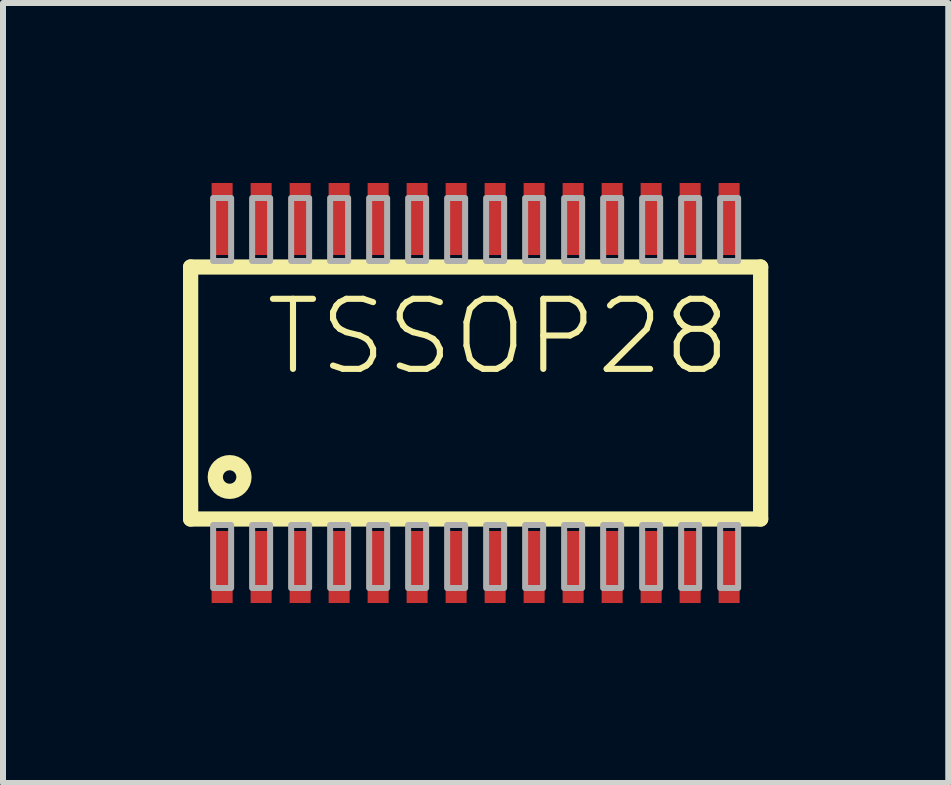
<source format=kicad_pcb>
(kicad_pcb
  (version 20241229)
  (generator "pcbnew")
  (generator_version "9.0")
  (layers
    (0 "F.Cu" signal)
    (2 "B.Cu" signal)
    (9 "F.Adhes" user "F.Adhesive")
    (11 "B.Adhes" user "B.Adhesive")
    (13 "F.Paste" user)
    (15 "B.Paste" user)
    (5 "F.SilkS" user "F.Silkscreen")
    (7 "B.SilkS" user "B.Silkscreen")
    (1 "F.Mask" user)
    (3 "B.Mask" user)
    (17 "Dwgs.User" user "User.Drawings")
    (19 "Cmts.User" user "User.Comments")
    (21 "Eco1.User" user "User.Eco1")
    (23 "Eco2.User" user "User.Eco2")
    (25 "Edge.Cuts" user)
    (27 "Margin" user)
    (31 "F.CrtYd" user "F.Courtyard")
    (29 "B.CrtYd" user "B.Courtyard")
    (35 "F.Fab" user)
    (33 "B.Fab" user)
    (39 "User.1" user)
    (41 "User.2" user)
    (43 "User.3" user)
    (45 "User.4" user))
  (footprint "TSSOP28"
    (layer "F.Cu")
    (at 4.877 3.5)
    (property "Reference" "TSSOP28" (at -3.556 -0.254 0) (layer "F.SilkS") (effects (font (size 1.168 1.168) (thickness 0.102)) (justify left bottom)))
    (fp_line (start -4.75 -2.1) (end -4.75 2.1) (stroke (width 0.254) (type solid)) (layer "F.SilkS"))
    (fp_line (start -4.75 2.1) (end 4.75 2.1) (stroke (width 0.254) (type solid)) (layer "F.SilkS"))
    (fp_line (start 4.75 -2.1) (end -4.75 -2.1) (stroke (width 0.254) (type solid)) (layer "F.SilkS"))
    (fp_line (start 4.75 2.1) (end 4.75 -2.1) (stroke (width 0.254) (type solid)) (layer "F.SilkS"))
    (fp_circle (center -4.1 1.4) (end -3.988 1.4) (stroke (width 0.254) (type solid)) (fill no) (layer "F.SilkS"))
    (fp_poly (pts (xy -4.375 -2.2) (xy -4.075 -2.2) (xy -4.075 -3.25) (xy -4.375 -3.25)) (stroke (width 0.1) (type default)) (fill no) (layer "F.Fab"))
    (fp_poly (pts (xy -4.375 3.25) (xy -4.075 3.25) (xy -4.075 2.2) (xy -4.375 2.2)) (stroke (width 0.1) (type default)) (fill no) (layer "F.Fab"))
    (fp_poly (pts (xy -3.725 -2.2) (xy -3.425 -2.2) (xy -3.425 -3.25) (xy -3.725 -3.25)) (stroke (width 0.1) (type default)) (fill no) (layer "F.Fab"))
    (fp_poly (pts (xy -3.725 3.25) (xy -3.425 3.25) (xy -3.425 2.2) (xy -3.725 2.2)) (stroke (width 0.1) (type default)) (fill no) (layer "F.Fab"))
    (fp_poly (pts (xy -3.075 -2.2) (xy -2.775 -2.2) (xy -2.775 -3.25) (xy -3.075 -3.25)) (stroke (width 0.1) (type default)) (fill no) (layer "F.Fab"))
    (fp_poly (pts (xy -3.075 3.25) (xy -2.775 3.25) (xy -2.775 2.2) (xy -3.075 2.2)) (stroke (width 0.1) (type default)) (fill no) (layer "F.Fab"))
    (fp_poly (pts (xy -2.425 -2.2) (xy -2.125 -2.2) (xy -2.125 -3.25) (xy -2.425 -3.25)) (stroke (width 0.1) (type default)) (fill no) (layer "F.Fab"))
    (fp_poly (pts (xy -2.425 3.25) (xy -2.125 3.25) (xy -2.125 2.2) (xy -2.425 2.2)) (stroke (width 0.1) (type default)) (fill no) (layer "F.Fab"))
    (fp_poly (pts (xy -1.775 -2.2) (xy -1.475 -2.2) (xy -1.475 -3.25) (xy -1.775 -3.25)) (stroke (width 0.1) (type default)) (fill no) (layer "F.Fab"))
    (fp_poly (pts (xy -1.775 3.25) (xy -1.475 3.25) (xy -1.475 2.2) (xy -1.775 2.2)) (stroke (width 0.1) (type default)) (fill no) (layer "F.Fab"))
    (fp_poly (pts (xy -1.125 -2.2) (xy -0.825 -2.2) (xy -0.825 -3.25) (xy -1.125 -3.25)) (stroke (width 0.1) (type default)) (fill no) (layer "F.Fab"))
    (fp_poly (pts (xy -1.125 3.25) (xy -0.825 3.25) (xy -0.825 2.2) (xy -1.125 2.2)) (stroke (width 0.1) (type default)) (fill no) (layer "F.Fab"))
    (fp_poly (pts (xy -0.475 -2.2) (xy -0.175 -2.2) (xy -0.175 -3.25) (xy -0.475 -3.25)) (stroke (width 0.1) (type default)) (fill no) (layer "F.Fab"))
    (fp_poly (pts (xy -0.475 3.25) (xy -0.175 3.25) (xy -0.175 2.2) (xy -0.475 2.2)) (stroke (width 0.1) (type default)) (fill no) (layer "F.Fab"))
    (fp_poly (pts (xy 0.175 -2.2) (xy 0.475 -2.2) (xy 0.475 -3.25) (xy 0.175 -3.25)) (stroke (width 0.1) (type default)) (fill no) (layer "F.Fab"))
    (fp_poly (pts (xy 0.175 3.25) (xy 0.475 3.25) (xy 0.475 2.2) (xy 0.175 2.2)) (stroke (width 0.1) (type default)) (fill no) (layer "F.Fab"))
    (fp_poly (pts (xy 0.825 -2.2) (xy 1.125 -2.2) (xy 1.125 -3.25) (xy 0.825 -3.25)) (stroke (width 0.1) (type default)) (fill no) (layer "F.Fab"))
    (fp_poly (pts (xy 0.825 3.25) (xy 1.125 3.25) (xy 1.125 2.2) (xy 0.825 2.2)) (stroke (width 0.1) (type default)) (fill no) (layer "F.Fab"))
    (fp_poly (pts (xy 1.475 -2.2) (xy 1.775 -2.2) (xy 1.775 -3.25) (xy 1.475 -3.25)) (stroke (width 0.1) (type default)) (fill no) (layer "F.Fab"))
    (fp_poly (pts (xy 1.475 3.25) (xy 1.775 3.25) (xy 1.775 2.2) (xy 1.475 2.2)) (stroke (width 0.1) (type default)) (fill no) (layer "F.Fab"))
    (fp_poly (pts (xy 2.125 -2.2) (xy 2.425 -2.2) (xy 2.425 -3.25) (xy 2.125 -3.25)) (stroke (width 0.1) (type default)) (fill no) (layer "F.Fab"))
    (fp_poly (pts (xy 2.125 3.25) (xy 2.425 3.25) (xy 2.425 2.2) (xy 2.125 2.2)) (stroke (width 0.1) (type default)) (fill no) (layer "F.Fab"))
    (fp_poly (pts (xy 2.775 -2.2) (xy 3.075 -2.2) (xy 3.075 -3.25) (xy 2.775 -3.25)) (stroke (width 0.1) (type default)) (fill no) (layer "F.Fab"))
    (fp_poly (pts (xy 2.775 3.25) (xy 3.075 3.25) (xy 3.075 2.2) (xy 2.775 2.2)) (stroke (width 0.1) (type default)) (fill no) (layer "F.Fab"))
    (fp_poly (pts (xy 3.425 -2.2) (xy 3.725 -2.2) (xy 3.725 -3.25) (xy 3.425 -3.25)) (stroke (width 0.1) (type default)) (fill no) (layer "F.Fab"))
    (fp_poly (pts (xy 3.425 3.25) (xy 3.725 3.25) (xy 3.725 2.2) (xy 3.425 2.2)) (stroke (width 0.1) (type default)) (fill no) (layer "F.Fab"))
    (fp_poly (pts (xy 4.075 -2.2) (xy 4.375 -2.2) (xy 4.375 -3.25) (xy 4.075 -3.25)) (stroke (width 0.1) (type default)) (fill no) (layer "F.Fab"))
    (fp_poly (pts (xy 4.075 3.25) (xy 4.375 3.25) (xy 4.375 2.2) (xy 4.075 2.2)) (stroke (width 0.1) (type default)) (fill no) (layer "F.Fab"))
    (pad "1" smd rect (at -4.225 2.9) (size 0.35 1.2) (layers "F.Cu" "F.Mask" "F.Paste"))
    (pad "2" smd rect (at -3.575 2.9) (size 0.35 1.2) (layers "F.Cu" "F.Mask" "F.Paste"))
    (pad "3" smd rect (at -2.925 2.9) (size 0.35 1.2) (layers "F.Cu" "F.Mask" "F.Paste"))
    (pad "4" smd rect (at -2.275 2.9) (size 0.35 1.2) (layers "F.Cu" "F.Mask" "F.Paste"))
    (pad "5" smd rect (at -1.625 2.9) (size 0.35 1.2) (layers "F.Cu" "F.Mask" "F.Paste"))
    (pad "6" smd rect (at -0.975 2.9) (size 0.35 1.2) (layers "F.Cu" "F.Mask" "F.Paste"))
    (pad "7" smd rect (at -0.325 2.9) (size 0.35 1.2) (layers "F.Cu" "F.Mask" "F.Paste"))
    (pad "8" smd rect (at 0.325 2.9) (size 0.35 1.2) (layers "F.Cu" "F.Mask" "F.Paste"))
    (pad "9" smd rect (at 0.975 2.9) (size 0.35 1.2) (layers "F.Cu" "F.Mask" "F.Paste"))
    (pad "10" smd rect (at 1.625 2.9) (size 0.35 1.2) (layers "F.Cu" "F.Mask" "F.Paste"))
    (pad "11" smd rect (at 2.275 2.9) (size 0.35 1.2) (layers "F.Cu" "F.Mask" "F.Paste"))
    (pad "12" smd rect (at 2.925 2.9) (size 0.35 1.2) (layers "F.Cu" "F.Mask" "F.Paste"))
    (pad "13" smd rect (at 3.575 2.9) (size 0.35 1.2) (layers "F.Cu" "F.Mask" "F.Paste"))
    (pad "14" smd rect (at 4.225 2.9) (size 0.35 1.2) (layers "F.Cu" "F.Mask" "F.Paste"))
    (pad "15" smd rect (at 4.225 -2.9) (size 0.35 1.2) (layers "F.Cu" "F.Mask" "F.Paste"))
    (pad "16" smd rect (at 3.575 -2.9) (size 0.35 1.2) (layers "F.Cu" "F.Mask" "F.Paste"))
    (pad "17" smd rect (at 2.925 -2.9) (size 0.35 1.2) (layers "F.Cu" "F.Mask" "F.Paste"))
    (pad "18" smd rect (at 2.275 -2.9) (size 0.35 1.2) (layers "F.Cu" "F.Mask" "F.Paste"))
    (pad "19" smd rect (at 1.625 -2.9) (size 0.35 1.2) (layers "F.Cu" "F.Mask" "F.Paste"))
    (pad "20" smd rect (at 0.975 -2.9) (size 0.35 1.2) (layers "F.Cu" "F.Mask" "F.Paste"))
    (pad "21" smd rect (at 0.325 -2.9) (size 0.35 1.2) (layers "F.Cu" "F.Mask" "F.Paste"))
    (pad "22" smd rect (at -0.325 -2.9) (size 0.35 1.2) (layers "F.Cu" "F.Mask" "F.Paste"))
    (pad "23" smd rect (at -0.975 -2.9) (size 0.35 1.2) (layers "F.Cu" "F.Mask" "F.Paste"))
    (pad "24" smd rect (at -1.625 -2.9) (size 0.35 1.2) (layers "F.Cu" "F.Mask" "F.Paste"))
    (pad "25" smd rect (at -2.275 -2.9) (size 0.35 1.2) (layers "F.Cu" "F.Mask" "F.Paste"))
    (pad "26" smd rect (at -2.925 -2.9) (size 0.35 1.2) (layers "F.Cu" "F.Mask" "F.Paste"))
    (pad "27" smd rect (at -3.575 -2.9) (size 0.35 1.2) (layers "F.Cu" "F.Mask" "F.Paste"))
    (pad "28" smd rect (at -4.225 -2.9) (size 0.35 1.2) (layers "F.Cu" "F.Mask" "F.Paste")))
  (gr_rect
    (start -3 -3)
    (end 12.754 10)
    (stroke (width 0.1) (type default))
    (fill no)
    (layer "Edge.Cuts")))
</source>
